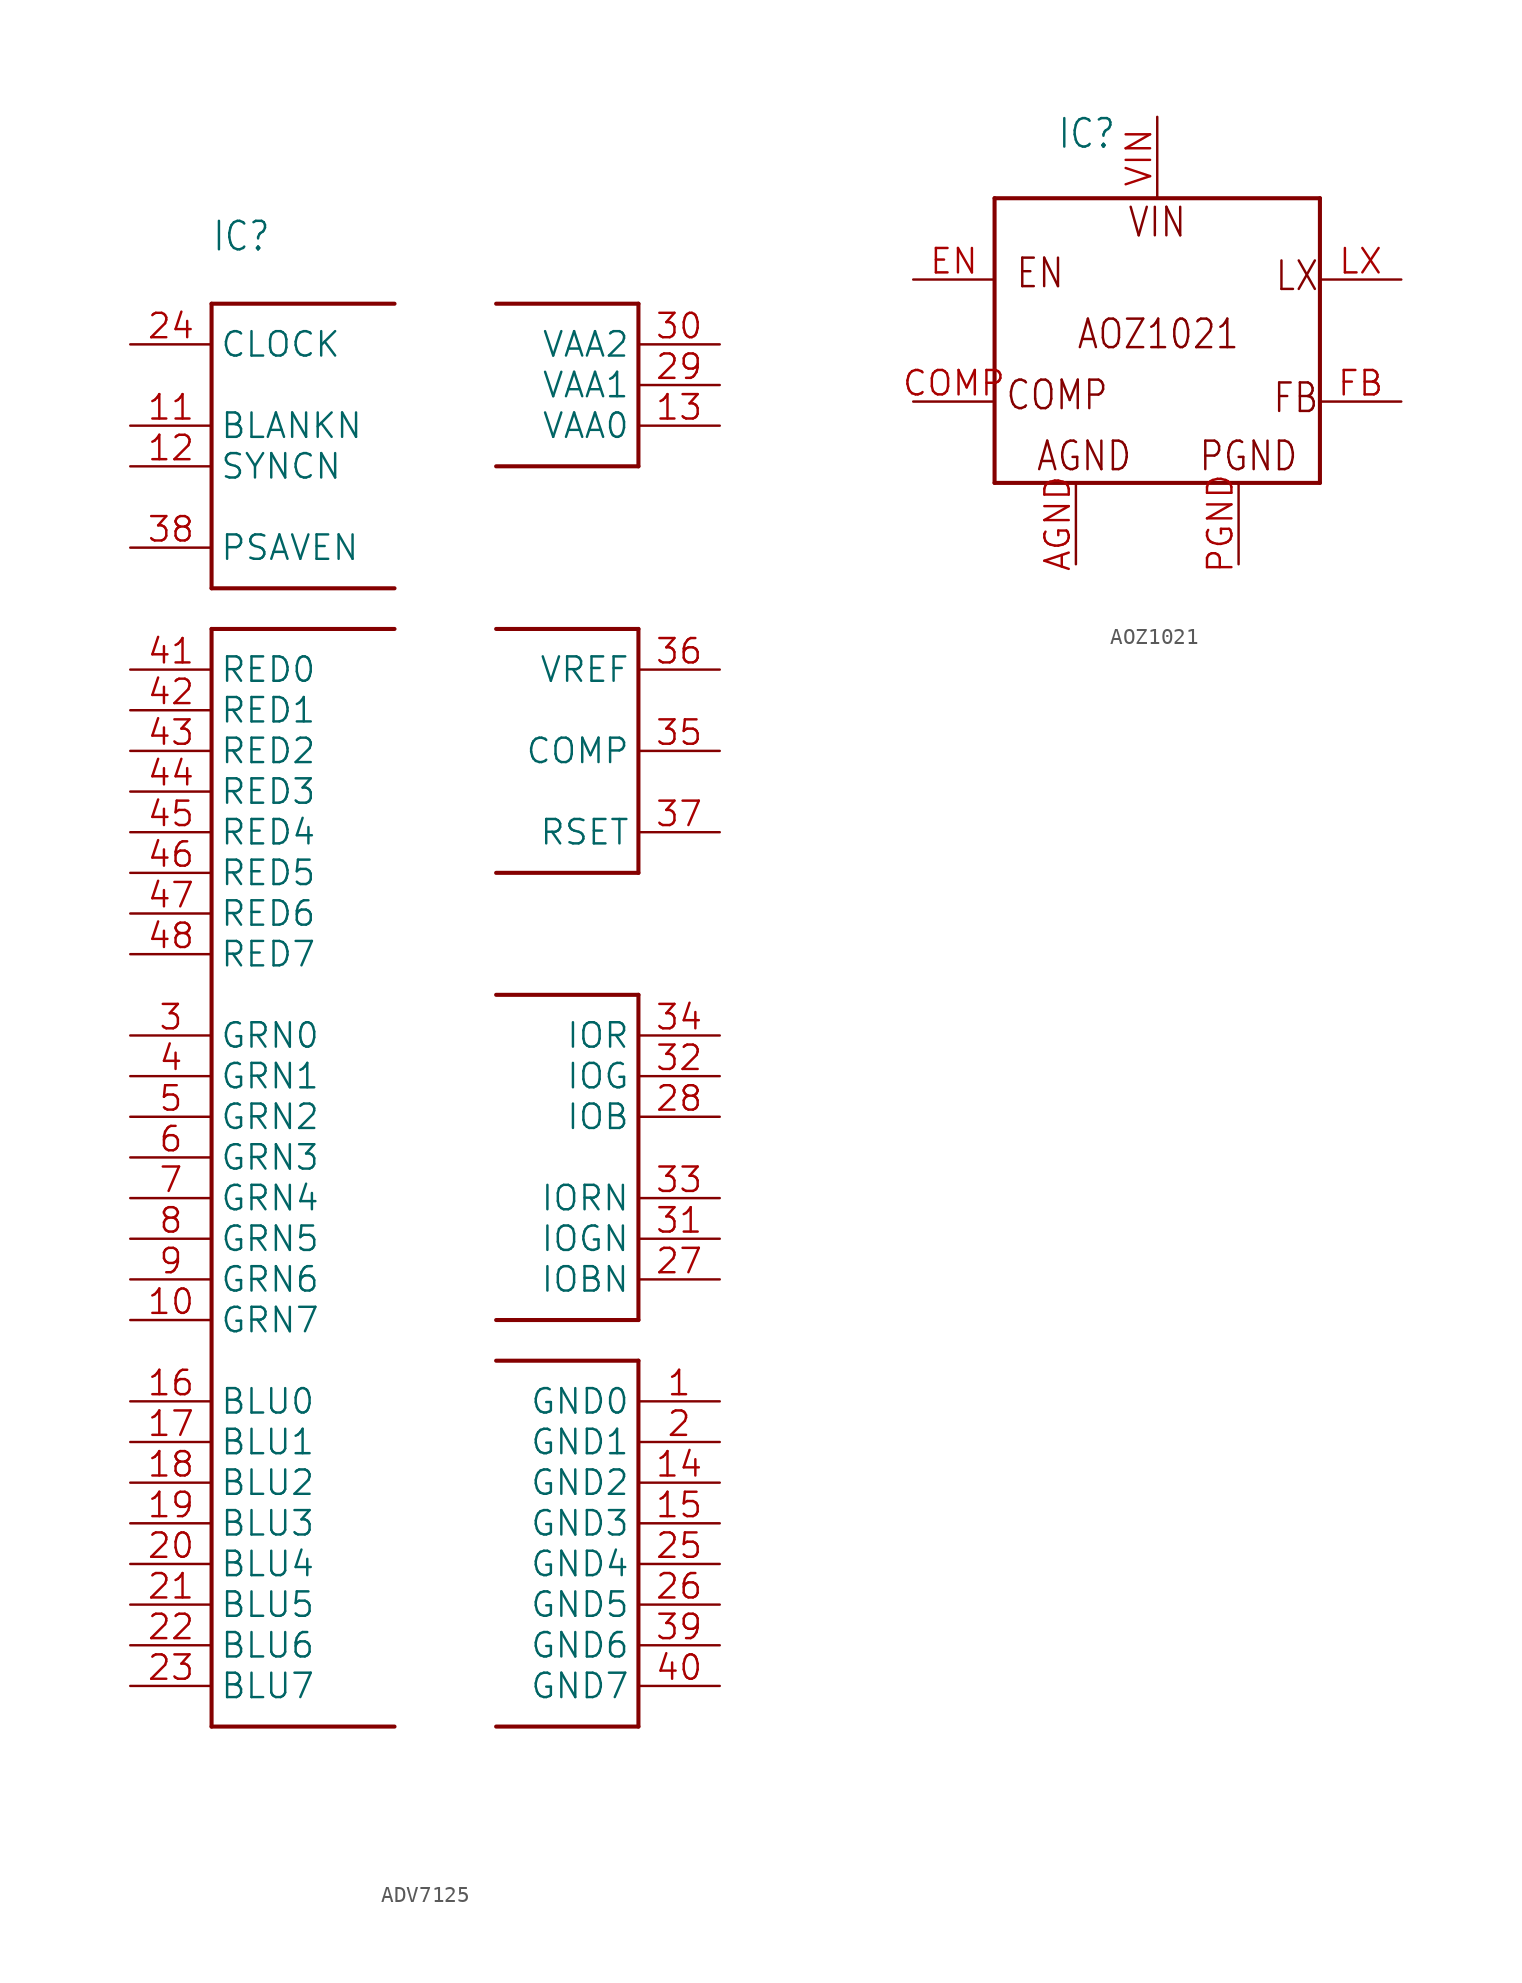
<source format=kicad_sym>
(kicad_symbol_lib
  (version 20241209)
  (generator "kicad_symbol_editor")
  (generator_version "9.0")
  (symbol "ADV7125"
    (property "Reference" "IC"
      (at -13.97 48.895 0)
      (effects (font (size 1.778 1.511)) (justify left bottom)))
    (property "Value" ""
      (at -13.97 46.99 0)
      (effects (font (size 1.778 1.511)) (justify left bottom)))
    (property "ki_locked" ""
      (at 0 0 0)
      (effects (font (size 1.27 1.27))))
    (symbol "ADV7125_1_0"
      (polyline (pts (xy -13.97 45.72) (xy -13.97 27.94)) (stroke (width 0.254) (type solid)) (fill (type none)))
      (polyline (pts (xy -13.97 27.94) (xy -2.54 27.94)) (stroke (width 0.254) (type solid)) (fill (type none)))
      (polyline (pts (xy -13.97 25.4) (xy -13.97 -43.18)) (stroke (width 0.254) (type solid)) (fill (type none)))
      (polyline (pts (xy -13.97 -43.18) (xy -2.54 -43.18)) (stroke (width 0.254) (type solid)) (fill (type none)))
      (polyline (pts (xy -2.54 45.72) (xy -13.97 45.72)) (stroke (width 0.254) (type solid)) (fill (type none)))
      (polyline (pts (xy -2.54 25.4) (xy -13.97 25.4)) (stroke (width 0.254) (type solid)) (fill (type none)))
      (polyline (pts (xy 3.81 45.72) (xy 12.7 45.72)) (stroke (width 0.254) (type solid)) (fill (type none)))
      (polyline (pts (xy 3.81 25.4) (xy 12.7 25.4)) (stroke (width 0.254) (type solid)) (fill (type none)))
      (polyline (pts (xy 3.81 -17.78) (xy 12.7 -17.78)) (stroke (width 0.254) (type solid)) (fill (type none)))
      (polyline (pts (xy 3.81 -43.18) (xy 12.7 -43.18)) (stroke (width 0.254) (type solid)) (fill (type none)))
      (polyline (pts (xy 12.7 45.72) (xy 12.7 35.56)) (stroke (width 0.254) (type solid)) (fill (type none)))
      (polyline (pts (xy 12.7 35.56) (xy 3.81 35.56)) (stroke (width 0.254) (type solid)) (fill (type none)))
      (polyline (pts (xy 12.7 25.4) (xy 12.7 10.16)) (stroke (width 0.254) (type solid)) (fill (type none)))
      (polyline (pts (xy 12.7 10.16) (xy 3.81 10.16)) (stroke (width 0.254) (type solid)) (fill (type none)))
      (polyline (pts (xy 12.7 2.54) (xy 3.81 2.54)) (stroke (width 0.254) (type solid)) (fill (type none)))
      (polyline (pts (xy 12.7 -17.78) (xy 12.7 2.54)) (stroke (width 0.254) (type solid)) (fill (type none)))
      (polyline (pts (xy 12.7 -20.32) (xy 3.81 -20.32)) (stroke (width 0.254) (type solid)) (fill (type none)))
      (polyline (pts (xy 12.7 -43.18) (xy 12.7 -20.32)) (stroke (width 0.254) (type solid)) (fill (type none)))
      (pin bidirectional line (at -19.05 43.18 0) (length 5.08) (name "CLOCK" (effects (font (size 1.524 1.524)))) (number "24" (effects (font (size 1.524 1.524)))))
      (pin bidirectional line (at -19.05 38.1 0) (length 5.08) (name "BLANKN" (effects (font (size 1.524 1.524)))) (number "11" (effects (font (size 1.524 1.524)))))
      (pin bidirectional line (at -19.05 35.56 0) (length 5.08) (name "SYNCN" (effects (font (size 1.524 1.524)))) (number "12" (effects (font (size 1.524 1.524)))))
      (pin bidirectional line (at -19.05 30.48 0) (length 5.08) (name "PSAVEN" (effects (font (size 1.524 1.524)))) (number "38" (effects (font (size 1.524 1.524)))))
      (pin bidirectional line (at -19.05 22.86 0) (length 5.08) (name "RED0" (effects (font (size 1.524 1.524)))) (number "41" (effects (font (size 1.524 1.524)))))
      (pin bidirectional line (at -19.05 20.32 0) (length 5.08) (name "RED1" (effects (font (size 1.524 1.524)))) (number "42" (effects (font (size 1.524 1.524)))))
      (pin bidirectional line (at -19.05 17.78 0) (length 5.08) (name "RED2" (effects (font (size 1.524 1.524)))) (number "43" (effects (font (size 1.524 1.524)))))
      (pin bidirectional line (at -19.05 15.24 0) (length 5.08) (name "RED3" (effects (font (size 1.524 1.524)))) (number "44" (effects (font (size 1.524 1.524)))))
      (pin bidirectional line (at -19.05 12.7 0) (length 5.08) (name "RED4" (effects (font (size 1.524 1.524)))) (number "45" (effects (font (size 1.524 1.524)))))
      (pin bidirectional line (at -19.05 10.16 0) (length 5.08) (name "RED5" (effects (font (size 1.524 1.524)))) (number "46" (effects (font (size 1.524 1.524)))))
      (pin bidirectional line (at -19.05 7.62 0) (length 5.08) (name "RED6" (effects (font (size 1.524 1.524)))) (number "47" (effects (font (size 1.524 1.524)))))
      (pin bidirectional line (at -19.05 5.08 0) (length 5.08) (name "RED7" (effects (font (size 1.524 1.524)))) (number "48" (effects (font (size 1.524 1.524)))))
      (pin bidirectional line (at -19.05 0 0) (length 5.08) (name "GRN0" (effects (font (size 1.524 1.524)))) (number "3" (effects (font (size 1.524 1.524)))))
      (pin bidirectional line (at -19.05 -2.54 0) (length 5.08) (name "GRN1" (effects (font (size 1.524 1.524)))) (number "4" (effects (font (size 1.524 1.524)))))
      (pin bidirectional line (at -19.05 -5.08 0) (length 5.08) (name "GRN2" (effects (font (size 1.524 1.524)))) (number "5" (effects (font (size 1.524 1.524)))))
      (pin bidirectional line (at -19.05 -7.62 0) (length 5.08) (name "GRN3" (effects (font (size 1.524 1.524)))) (number "6" (effects (font (size 1.524 1.524)))))
      (pin bidirectional line (at -19.05 -10.16 0) (length 5.08) (name "GRN4" (effects (font (size 1.524 1.524)))) (number "7" (effects (font (size 1.524 1.524)))))
      (pin bidirectional line (at -19.05 -12.7 0) (length 5.08) (name "GRN5" (effects (font (size 1.524 1.524)))) (number "8" (effects (font (size 1.524 1.524)))))
      (pin bidirectional line (at -19.05 -15.24 0) (length 5.08) (name "GRN6" (effects (font (size 1.524 1.524)))) (number "9" (effects (font (size 1.524 1.524)))))
      (pin bidirectional line (at -19.05 -17.78 0) (length 5.08) (name "GRN7" (effects (font (size 1.524 1.524)))) (number "10" (effects (font (size 1.524 1.524)))))
      (pin bidirectional line (at -19.05 -22.86 0) (length 5.08) (name "BLU0" (effects (font (size 1.524 1.524)))) (number "16" (effects (font (size 1.524 1.524)))))
      (pin bidirectional line (at -19.05 -25.4 0) (length 5.08) (name "BLU1" (effects (font (size 1.524 1.524)))) (number "17" (effects (font (size 1.524 1.524)))))
      (pin bidirectional line (at -19.05 -27.94 0) (length 5.08) (name "BLU2" (effects (font (size 1.524 1.524)))) (number "18" (effects (font (size 1.524 1.524)))))
      (pin bidirectional line (at -19.05 -30.48 0) (length 5.08) (name "BLU3" (effects (font (size 1.524 1.524)))) (number "19" (effects (font (size 1.524 1.524)))))
      (pin bidirectional line (at -19.05 -33.02 0) (length 5.08) (name "BLU4" (effects (font (size 1.524 1.524)))) (number "20" (effects (font (size 1.524 1.524)))))
      (pin bidirectional line (at -19.05 -35.56 0) (length 5.08) (name "BLU5" (effects (font (size 1.524 1.524)))) (number "21" (effects (font (size 1.524 1.524)))))
      (pin bidirectional line (at -19.05 -38.1 0) (length 5.08) (name "BLU6" (effects (font (size 1.524 1.524)))) (number "22" (effects (font (size 1.524 1.524)))))
      (pin bidirectional line (at -19.05 -40.64 0) (length 5.08) (name "BLU7" (effects (font (size 1.524 1.524)))) (number "23" (effects (font (size 1.524 1.524)))))
      (pin bidirectional line (at 17.78 43.18 180) (length 5.08) (name "VAA2" (effects (font (size 1.524 1.524)))) (number "30" (effects (font (size 1.524 1.524)))))
      (pin bidirectional line (at 17.78 40.64 180) (length 5.08) (name "VAA1" (effects (font (size 1.524 1.524)))) (number "29" (effects (font (size 1.524 1.524)))))
      (pin bidirectional line (at 17.78 38.1 180) (length 5.08) (name "VAA0" (effects (font (size 1.524 1.524)))) (number "13" (effects (font (size 1.524 1.524)))))
      (pin bidirectional line (at 17.78 22.86 180) (length 5.08) (name "VREF" (effects (font (size 1.524 1.524)))) (number "36" (effects (font (size 1.524 1.524)))))
      (pin bidirectional line (at 17.78 17.78 180) (length 5.08) (name "COMP" (effects (font (size 1.524 1.524)))) (number "35" (effects (font (size 1.524 1.524)))))
      (pin bidirectional line (at 17.78 12.7 180) (length 5.08) (name "RSET" (effects (font (size 1.524 1.524)))) (number "37" (effects (font (size 1.524 1.524)))))
      (pin bidirectional line (at 17.78 0 180) (length 5.08) (name "IOR" (effects (font (size 1.524 1.524)))) (number "34" (effects (font (size 1.524 1.524)))))
      (pin bidirectional line (at 17.78 -2.54 180) (length 5.08) (name "IOG" (effects (font (size 1.524 1.524)))) (number "32" (effects (font (size 1.524 1.524)))))
      (pin bidirectional line (at 17.78 -5.08 180) (length 5.08) (name "IOB" (effects (font (size 1.524 1.524)))) (number "28" (effects (font (size 1.524 1.524)))))
      (pin bidirectional line (at 17.78 -10.16 180) (length 5.08) (name "IORN" (effects (font (size 1.524 1.524)))) (number "33" (effects (font (size 1.524 1.524)))))
      (pin bidirectional line (at 17.78 -12.7 180) (length 5.08) (name "IOGN" (effects (font (size 1.524 1.524)))) (number "31" (effects (font (size 1.524 1.524)))))
      (pin bidirectional line (at 17.78 -15.24 180) (length 5.08) (name "IOBN" (effects (font (size 1.524 1.524)))) (number "27" (effects (font (size 1.524 1.524)))))
      (pin bidirectional line (at 17.78 -22.86 180) (length 5.08) (name "GND0" (effects (font (size 1.524 1.524)))) (number "1" (effects (font (size 1.524 1.524)))))
      (pin bidirectional line (at 17.78 -25.4 180) (length 5.08) (name "GND1" (effects (font (size 1.524 1.524)))) (number "2" (effects (font (size 1.524 1.524)))))
      (pin bidirectional line (at 17.78 -27.94 180) (length 5.08) (name "GND2" (effects (font (size 1.524 1.524)))) (number "14" (effects (font (size 1.524 1.524)))))
      (pin bidirectional line (at 17.78 -30.48 180) (length 5.08) (name "GND3" (effects (font (size 1.524 1.524)))) (number "15" (effects (font (size 1.524 1.524)))))
      (pin bidirectional line (at 17.78 -33.02 180) (length 5.08) (name "GND4" (effects (font (size 1.524 1.524)))) (number "25" (effects (font (size 1.524 1.524)))))
      (pin bidirectional line (at 17.78 -35.56 180) (length 5.08) (name "GND5" (effects (font (size 1.524 1.524)))) (number "26" (effects (font (size 1.524 1.524)))))
      (pin bidirectional line (at 17.78 -38.1 180) (length 5.08) (name "GND6" (effects (font (size 1.524 1.524)))) (number "39" (effects (font (size 1.524 1.524)))))
      (pin bidirectional line (at 17.78 -40.64 180) (length 5.08) (name "GND7" (effects (font (size 1.524 1.524)))) (number "40" (effects (font (size 1.524 1.524)))))))
  (symbol "AOZ1021"
    (property "Reference" "IC"
      (at -2.54 15.24 0)
      (effects (font (size 1.778 1.511)) (justify right top)))
    (property "Value" ""
      (at -2.54 12.7 0)
      (effects (font (size 1.778 1.511)) (justify right top)))
    (property "ki_locked" ""
      (at 0 0 0)
      (effects (font (size 1.27 1.27))))
    (symbol "AOZ1021_1_0"
      (polyline (pts (xy -10.16 10.16) (xy 10.16 10.16)) (stroke (width 0.254) (type solid)) (fill (type none)))
      (polyline (pts (xy -10.16 -7.62) (xy -10.16 10.16)) (stroke (width 0.254) (type solid)) (fill (type none)))
      (polyline (pts (xy 10.16 10.16) (xy 10.16 -7.62)) (stroke (width 0.254) (type solid)) (fill (type none)))
      (polyline (pts (xy 10.16 -7.62) (xy -10.16 -7.62)) (stroke (width 0.254) (type solid)) (fill (type none)))
      (text "COMP" (at -9.525 -3.175 0) (effects (font (size 1.778 1.511)) (justify left bottom)))
      (text "EN" (at -8.89 4.445 0) (effects (font (size 1.778 1.511)) (justify left bottom)))
      (text "AGND" (at -7.62 -6.985 0) (effects (font (size 1.778 1.511)) (justify left bottom)))
      (text "AOZ1021" (at -5.08 0.635 0) (effects (font (size 1.778 1.511)) (justify left bottom)))
      (text "VIN" (at -1.905 7.62 0) (effects (font (size 1.778 1.511)) (justify left bottom)))
      (text "PGND" (at 2.54 -6.985 0) (effects (font (size 1.778 1.511)) (justify left bottom)))
      (text "LX" (at 10.16 6.35 0) (effects (font (size 1.778 1.511)) (justify right top)))
      (text "FB" (at 10.16 -1.27 0) (effects (font (size 1.778 1.511)) (justify right top)))
      (pin bidirectional line (at -15.24 5.08 0) (length 5.08) (name "EN" (effects (font (size 0 0)))) (number "EN" (effects (font (size 1.524 1.524)))))
      (pin bidirectional line (at -15.24 -2.54 0) (length 5.08) (name "COMP" (effects (font (size 0 0)))) (number "COMP" (effects (font (size 1.524 1.524)))))
      (pin bidirectional line (at -5.08 -12.7 90) (length 5.08) (name "AGND" (effects (font (size 0 0)))) (number "AGND" (effects (font (size 1.524 1.524)))))
      (pin bidirectional line (at 0 15.24 270) (length 5.08) (name "VIN" (effects (font (size 0 0)))) (number "VIN" (effects (font (size 1.524 1.524)))))
      (pin bidirectional line (at 5.08 -12.7 90) (length 5.08) (name "PGND" (effects (font (size 0 0)))) (number "PGND" (effects (font (size 1.524 1.524)))))
      (pin bidirectional line (at 15.24 5.08 180) (length 5.08) (name "LX" (effects (font (size 0 0)))) (number "LX" (effects (font (size 1.524 1.524)))))
      (pin bidirectional line (at 15.24 -2.54 180) (length 5.08) (name "FB" (effects (font (size 0 0)))) (number "FB" (effects (font (size 1.524 1.524))))))))
</source>
